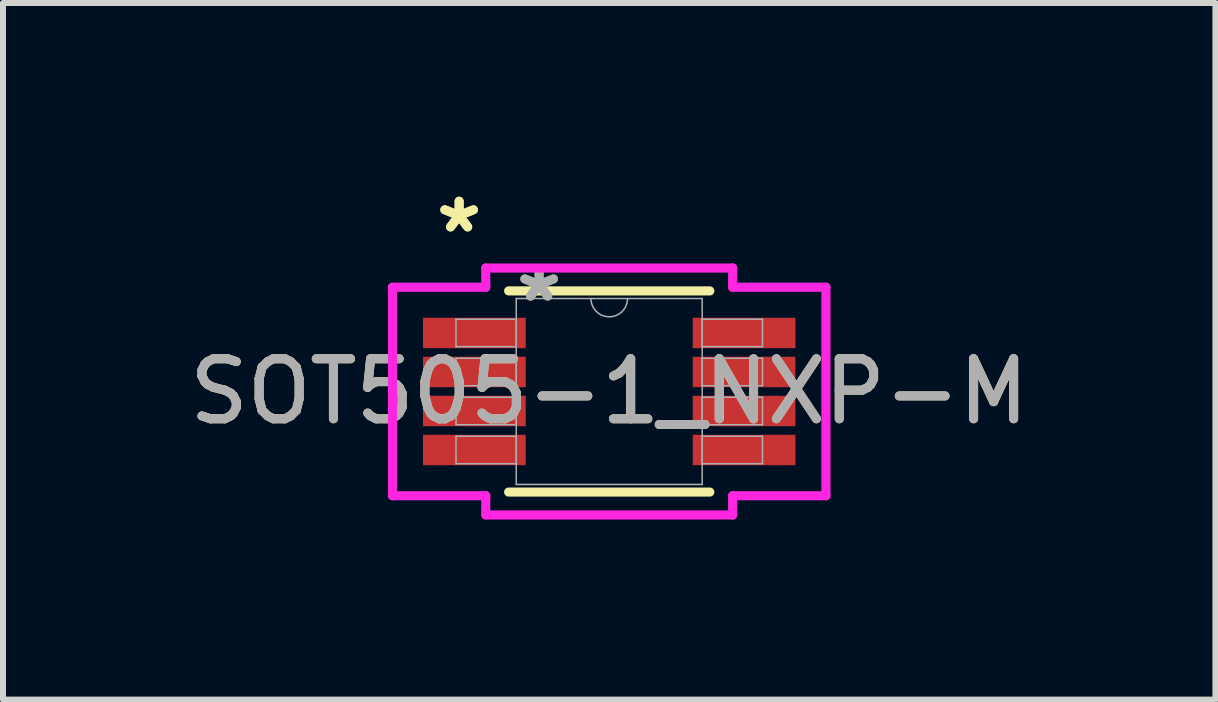
<source format=kicad_pcb>
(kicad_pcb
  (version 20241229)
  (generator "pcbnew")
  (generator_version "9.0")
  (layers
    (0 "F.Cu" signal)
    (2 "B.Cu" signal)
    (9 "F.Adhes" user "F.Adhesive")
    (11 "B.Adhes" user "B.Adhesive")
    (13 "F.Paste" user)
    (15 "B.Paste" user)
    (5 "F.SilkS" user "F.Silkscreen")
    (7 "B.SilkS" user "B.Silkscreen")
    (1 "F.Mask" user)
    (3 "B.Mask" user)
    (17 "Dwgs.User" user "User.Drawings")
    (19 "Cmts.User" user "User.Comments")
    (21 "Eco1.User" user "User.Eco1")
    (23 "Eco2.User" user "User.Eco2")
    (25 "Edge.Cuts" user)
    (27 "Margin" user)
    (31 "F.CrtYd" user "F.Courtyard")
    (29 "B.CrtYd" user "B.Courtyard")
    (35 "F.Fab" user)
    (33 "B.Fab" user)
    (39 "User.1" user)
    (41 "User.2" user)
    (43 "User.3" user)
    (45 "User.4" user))
  (footprint "SOT505-1_NXP-M"
    (layer "F.Cu")
    (at 7.101 3.473)
    (property "Reference" "SOT505-1_NXP-M" (at 0 0 0) (unlocked yes) (layer "F.SilkS") (effects (font (size 1 1) (thickness 0.15))))
    (attr smd)
    (fp_line (start -1.676 1.676) (end 1.676 1.676) (stroke (width 0.152) (type solid)) (layer "F.SilkS"))
    (fp_line (start 1.676 -1.676) (end -1.676 -1.676) (stroke (width 0.152) (type solid)) (layer "F.SilkS"))
    (fp_line (start -3.611 -1.737) (end -2.057 -1.737) (stroke (width 0.152) (type solid)) (layer "F.CrtYd"))
    (fp_line (start -3.611 1.737) (end -3.611 -1.737) (stroke (width 0.152) (type solid)) (layer "F.CrtYd"))
    (fp_line (start -3.611 1.737) (end -2.057 1.737) (stroke (width 0.152) (type solid)) (layer "F.CrtYd"))
    (fp_line (start -2.057 -2.057) (end 2.057 -2.057) (stroke (width 0.152) (type solid)) (layer "F.CrtYd"))
    (fp_line (start -2.057 -1.737) (end -2.057 -2.057) (stroke (width 0.152) (type solid)) (layer "F.CrtYd"))
    (fp_line (start -2.057 2.057) (end -2.057 1.737) (stroke (width 0.152) (type solid)) (layer "F.CrtYd"))
    (fp_line (start 2.057 -2.057) (end 2.057 -1.737) (stroke (width 0.152) (type solid)) (layer "F.CrtYd"))
    (fp_line (start 2.057 1.737) (end 2.057 2.057) (stroke (width 0.152) (type solid)) (layer "F.CrtYd"))
    (fp_line (start 2.057 2.057) (end -2.057 2.057) (stroke (width 0.152) (type solid)) (layer "F.CrtYd"))
    (fp_line (start 3.611 -1.737) (end 2.057 -1.737) (stroke (width 0.152) (type solid)) (layer "F.CrtYd"))
    (fp_line (start 3.611 -1.737) (end 3.611 1.737) (stroke (width 0.152) (type solid)) (layer "F.CrtYd"))
    (fp_line (start 3.611 1.737) (end 2.057 1.737) (stroke (width 0.152) (type solid)) (layer "F.CrtYd"))
    (fp_line (start -2.553 -1.204) (end -2.553 -0.746) (stroke (width 0.025) (type solid)) (layer "F.Fab"))
    (fp_line (start -2.553 -0.746) (end -1.549 -0.746) (stroke (width 0.025) (type solid)) (layer "F.Fab"))
    (fp_line (start -2.553 -0.554) (end -2.553 -0.096) (stroke (width 0.025) (type solid)) (layer "F.Fab"))
    (fp_line (start -2.553 -0.096) (end -1.549 -0.096) (stroke (width 0.025) (type solid)) (layer "F.Fab"))
    (fp_line (start -2.553 0.096) (end -2.553 0.554) (stroke (width 0.025) (type solid)) (layer "F.Fab"))
    (fp_line (start -2.553 0.554) (end -1.549 0.554) (stroke (width 0.025) (type solid)) (layer "F.Fab"))
    (fp_line (start -2.553 0.746) (end -2.553 1.204) (stroke (width 0.025) (type solid)) (layer "F.Fab"))
    (fp_line (start -2.553 1.204) (end -1.549 1.204) (stroke (width 0.025) (type solid)) (layer "F.Fab"))
    (fp_line (start -1.549 -1.549) (end -1.549 1.549) (stroke (width 0.025) (type solid)) (layer "F.Fab"))
    (fp_line (start -1.549 -1.204) (end -2.553 -1.204) (stroke (width 0.025) (type solid)) (layer "F.Fab"))
    (fp_line (start -1.549 -0.746) (end -1.549 -1.204) (stroke (width 0.025) (type solid)) (layer "F.Fab"))
    (fp_line (start -1.549 -0.554) (end -2.553 -0.554) (stroke (width 0.025) (type solid)) (layer "F.Fab"))
    (fp_line (start -1.549 -0.096) (end -1.549 -0.554) (stroke (width 0.025) (type solid)) (layer "F.Fab"))
    (fp_line (start -1.549 0.096) (end -2.553 0.096) (stroke (width 0.025) (type solid)) (layer "F.Fab"))
    (fp_line (start -1.549 0.554) (end -1.549 0.096) (stroke (width 0.025) (type solid)) (layer "F.Fab"))
    (fp_line (start -1.549 0.746) (end -2.553 0.746) (stroke (width 0.025) (type solid)) (layer "F.Fab"))
    (fp_line (start -1.549 1.204) (end -1.549 0.746) (stroke (width 0.025) (type solid)) (layer "F.Fab"))
    (fp_line (start -1.549 1.549) (end 1.549 1.549) (stroke (width 0.025) (type solid)) (layer "F.Fab"))
    (fp_line (start 1.549 -1.549) (end -1.549 -1.549) (stroke (width 0.025) (type solid)) (layer "F.Fab"))
    (fp_line (start 1.549 -1.204) (end 1.549 -0.746) (stroke (width 0.025) (type solid)) (layer "F.Fab"))
    (fp_line (start 1.549 -0.746) (end 2.553 -0.746) (stroke (width 0.025) (type solid)) (layer "F.Fab"))
    (fp_line (start 1.549 -0.554) (end 1.549 -0.096) (stroke (width 0.025) (type solid)) (layer "F.Fab"))
    (fp_line (start 1.549 -0.096) (end 2.553 -0.096) (stroke (width 0.025) (type solid)) (layer "F.Fab"))
    (fp_line (start 1.549 0.096) (end 1.549 0.554) (stroke (width 0.025) (type solid)) (layer "F.Fab"))
    (fp_line (start 1.549 0.554) (end 2.553 0.554) (stroke (width 0.025) (type solid)) (layer "F.Fab"))
    (fp_line (start 1.549 0.746) (end 1.549 1.204) (stroke (width 0.025) (type solid)) (layer "F.Fab"))
    (fp_line (start 1.549 1.204) (end 2.553 1.204) (stroke (width 0.025) (type solid)) (layer "F.Fab"))
    (fp_line (start 1.549 1.549) (end 1.549 -1.549) (stroke (width 0.025) (type solid)) (layer "F.Fab"))
    (fp_line (start 2.553 -1.204) (end 1.549 -1.204) (stroke (width 0.025) (type solid)) (layer "F.Fab"))
    (fp_line (start 2.553 -0.746) (end 2.553 -1.204) (stroke (width 0.025) (type solid)) (layer "F.Fab"))
    (fp_line (start 2.553 -0.554) (end 1.549 -0.554) (stroke (width 0.025) (type solid)) (layer "F.Fab"))
    (fp_line (start 2.553 -0.096) (end 2.553 -0.554) (stroke (width 0.025) (type solid)) (layer "F.Fab"))
    (fp_line (start 2.553 0.096) (end 1.549 0.096) (stroke (width 0.025) (type solid)) (layer "F.Fab"))
    (fp_line (start 2.553 0.554) (end 2.553 0.096) (stroke (width 0.025) (type solid)) (layer "F.Fab"))
    (fp_line (start 2.553 0.746) (end 1.549 0.746) (stroke (width 0.025) (type solid)) (layer "F.Fab"))
    (fp_line (start 2.553 1.204) (end 2.553 0.746) (stroke (width 0.025) (type solid)) (layer "F.Fab"))
    (fp_arc (start 0.3048 -1.5494) (mid 0 -1.2446) (end -0.3048 -1.5494) (stroke (width 0.0254) (type solid)) (layer "F.Fab"))
    (fp_text user "*" (at -2.501 -2.625 0) (layer "F.SilkS") (effects (font (size 1 1) (thickness 0.15))))
    (fp_text user "*" (at -2.501 -2.625 0) (unlocked yes) (layer "F.SilkS") (effects (font (size 1 1) (thickness 0.15))))
    (fp_text user "${REFERENCE}" (at 0 0 0) (unlocked yes) (layer "F.Fab") (effects (font (size 1 1) (thickness 0.15))))
    (fp_text user "*" (at -1.168 -1.473 0) (unlocked yes) (layer "F.Fab") (effects (font (size 1 1) (thickness 0.15))))
    (fp_text user "*" (at -1.168 -1.473 0) (layer "F.Fab") (effects (font (size 1 1) (thickness 0.15))))
    (pad "1" smd rect (at -2.247 -0.975) (size 1.711 0.507) (layers "F.Cu" "F.Mask" "F.Paste"))
    (pad "2" smd rect (at -2.247 -0.325) (size 1.711 0.507) (layers "F.Cu" "F.Mask" "F.Paste"))
    (pad "3" smd rect (at -2.247 0.325) (size 1.711 0.507) (layers "F.Cu" "F.Mask" "F.Paste"))
    (pad "4" smd rect (at -2.247 0.975) (size 1.711 0.507) (layers "F.Cu" "F.Mask" "F.Paste"))
    (pad "5" smd rect (at 2.247 0.975) (size 1.711 0.507) (layers "F.Cu" "F.Mask" "F.Paste"))
    (pad "6" smd rect (at 2.247 0.325) (size 1.711 0.507) (layers "F.Cu" "F.Mask" "F.Paste"))
    (pad "7" smd rect (at 2.247 -0.325) (size 1.711 0.507) (layers "F.Cu" "F.Mask" "F.Paste"))
    (pad "8" smd rect (at 2.247 -0.975) (size 1.711 0.507) (layers "F.Cu" "F.Mask" "F.Paste")))
  (gr_rect
    (start -3 -3)
    (end 17.202 8.607)
    (stroke (width 0.1) (type default))
    (fill no)
    (layer "Edge.Cuts")))
</source>
